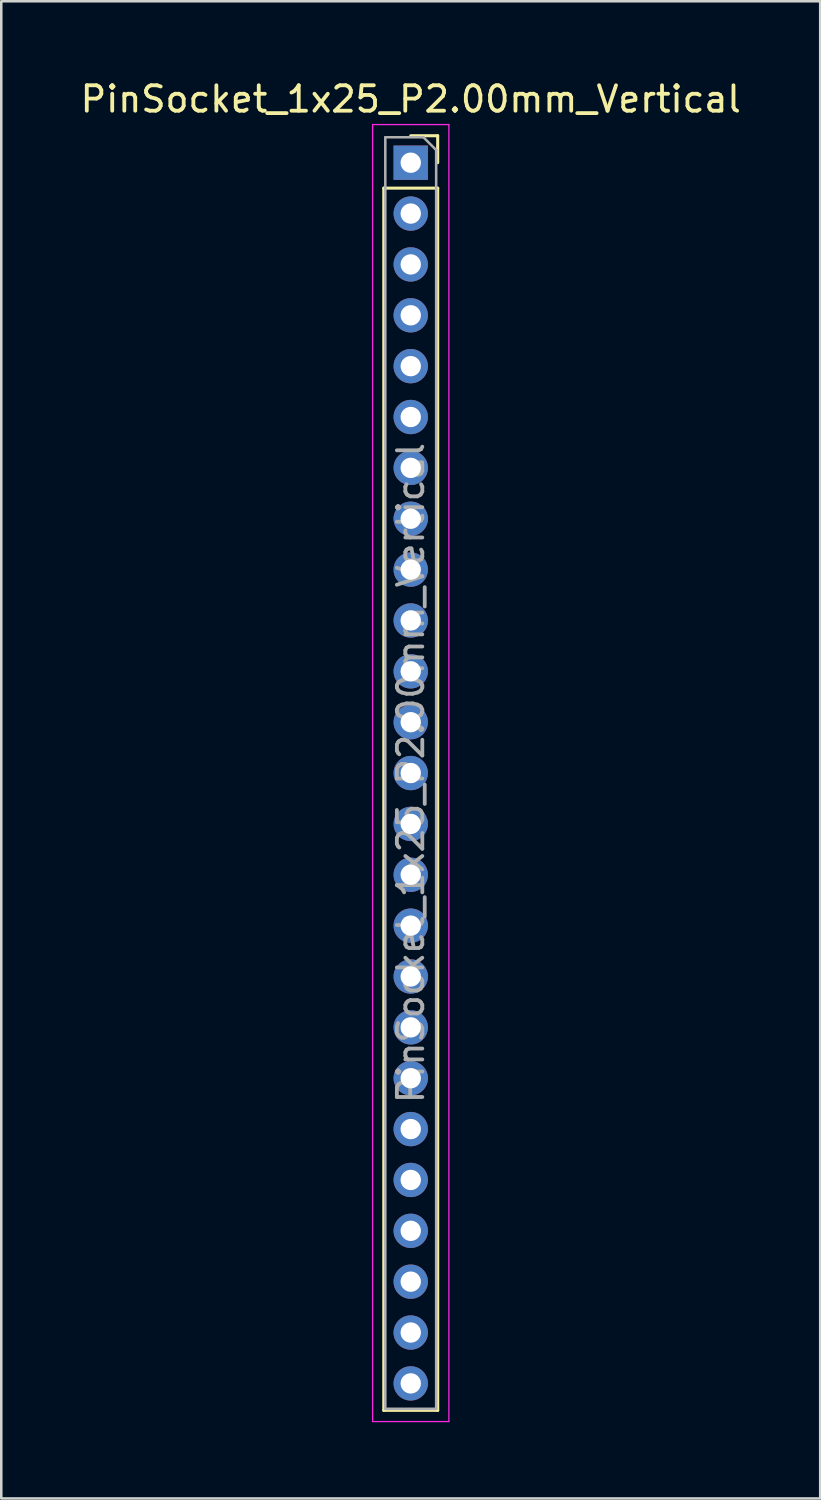
<source format=kicad_pcb>
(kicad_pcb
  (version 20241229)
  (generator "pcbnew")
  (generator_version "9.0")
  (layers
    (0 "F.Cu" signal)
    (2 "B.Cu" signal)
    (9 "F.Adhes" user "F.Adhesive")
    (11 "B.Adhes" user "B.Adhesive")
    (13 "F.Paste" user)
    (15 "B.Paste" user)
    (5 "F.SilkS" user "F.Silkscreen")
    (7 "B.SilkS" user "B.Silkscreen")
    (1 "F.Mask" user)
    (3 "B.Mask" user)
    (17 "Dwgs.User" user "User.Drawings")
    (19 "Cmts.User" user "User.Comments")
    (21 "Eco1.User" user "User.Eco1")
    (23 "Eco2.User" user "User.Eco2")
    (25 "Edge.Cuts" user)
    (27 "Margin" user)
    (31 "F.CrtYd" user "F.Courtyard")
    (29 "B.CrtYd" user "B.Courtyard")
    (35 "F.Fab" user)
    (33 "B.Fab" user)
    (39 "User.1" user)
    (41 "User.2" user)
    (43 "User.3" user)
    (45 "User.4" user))
  (footprint "PinSocket_1x25_P2.00mm_Vertical"
    (layer "F.Cu")
    (at 13.101 3.348)
    (property "Reference" "PinSocket_1x25_P2.00mm_Vertical" (at 0 -2.5 0) (layer "F.SilkS") (effects (font (size 1 1) (thickness 0.15))))
    (attr through_hole)
    (fp_line (start -1.06 1) (end -1.06 49.06) (stroke (width 0.12) (type solid)) (layer "F.SilkS"))
    (fp_line (start -1.06 1) (end 1.06 1) (stroke (width 0.12) (type solid)) (layer "F.SilkS"))
    (fp_line (start -1.06 49.06) (end 1.06 49.06) (stroke (width 0.12) (type solid)) (layer "F.SilkS"))
    (fp_line (start 0 -1.06) (end 1.06 -1.06) (stroke (width 0.12) (type solid)) (layer "F.SilkS"))
    (fp_line (start 1.06 -1.06) (end 1.06 0) (stroke (width 0.12) (type solid)) (layer "F.SilkS"))
    (fp_line (start 1.06 1) (end 1.06 49.06) (stroke (width 0.12) (type solid)) (layer "F.SilkS"))
    (fp_line (start -1.5 -1.5) (end 1.5 -1.5) (stroke (width 0.05) (type solid)) (layer "F.CrtYd"))
    (fp_line (start -1.5 49.5) (end -1.5 -1.5) (stroke (width 0.05) (type solid)) (layer "F.CrtYd"))
    (fp_line (start 1.5 -1.5) (end 1.5 49.5) (stroke (width 0.05) (type solid)) (layer "F.CrtYd"))
    (fp_line (start 1.5 49.5) (end -1.5 49.5) (stroke (width 0.05) (type solid)) (layer "F.CrtYd"))
    (fp_line (start -1 -1) (end 0.5 -1) (stroke (width 0.1) (type solid)) (layer "F.Fab"))
    (fp_line (start -1 49) (end -1 -1) (stroke (width 0.1) (type solid)) (layer "F.Fab"))
    (fp_line (start 0.5 -1) (end 1 -0.5) (stroke (width 0.1) (type solid)) (layer "F.Fab"))
    (fp_line (start 1 -0.5) (end 1 49) (stroke (width 0.1) (type solid)) (layer "F.Fab"))
    (fp_line (start 1 49) (end -1 49) (stroke (width 0.1) (type solid)) (layer "F.Fab"))
    (fp_text user "${REFERENCE}" (at 0 24 90) (layer "F.Fab") (effects (font (size 1 1) (thickness 0.15))))
    (pad "1" thru_hole rect (at 0 0) (size 1.35 1.35) (drill 0.8) (layers "*.Cu" "*.Mask"))
    (pad "2" thru_hole oval (at 0 2) (size 1.35 1.35) (drill 0.8) (layers "*.Cu" "*.Mask"))
    (pad "3" thru_hole oval (at 0 4) (size 1.35 1.35) (drill 0.8) (layers "*.Cu" "*.Mask"))
    (pad "4" thru_hole oval (at 0 6) (size 1.35 1.35) (drill 0.8) (layers "*.Cu" "*.Mask"))
    (pad "5" thru_hole oval (at 0 8) (size 1.35 1.35) (drill 0.8) (layers "*.Cu" "*.Mask"))
    (pad "6" thru_hole oval (at 0 10) (size 1.35 1.35) (drill 0.8) (layers "*.Cu" "*.Mask"))
    (pad "7" thru_hole oval (at 0 12) (size 1.35 1.35) (drill 0.8) (layers "*.Cu" "*.Mask"))
    (pad "8" thru_hole oval (at 0 14) (size 1.35 1.35) (drill 0.8) (layers "*.Cu" "*.Mask"))
    (pad "9" thru_hole oval (at 0 16) (size 1.35 1.35) (drill 0.8) (layers "*.Cu" "*.Mask"))
    (pad "10" thru_hole oval (at 0 18) (size 1.35 1.35) (drill 0.8) (layers "*.Cu" "*.Mask"))
    (pad "11" thru_hole oval (at 0 20) (size 1.35 1.35) (drill 0.8) (layers "*.Cu" "*.Mask"))
    (pad "12" thru_hole oval (at 0 22) (size 1.35 1.35) (drill 0.8) (layers "*.Cu" "*.Mask"))
    (pad "13" thru_hole oval (at 0 24) (size 1.35 1.35) (drill 0.8) (layers "*.Cu" "*.Mask"))
    (pad "14" thru_hole oval (at 0 26) (size 1.35 1.35) (drill 0.8) (layers "*.Cu" "*.Mask"))
    (pad "15" thru_hole oval (at 0 28) (size 1.35 1.35) (drill 0.8) (layers "*.Cu" "*.Mask"))
    (pad "16" thru_hole oval (at 0 30) (size 1.35 1.35) (drill 0.8) (layers "*.Cu" "*.Mask"))
    (pad "17" thru_hole oval (at 0 32) (size 1.35 1.35) (drill 0.8) (layers "*.Cu" "*.Mask"))
    (pad "18" thru_hole oval (at 0 34) (size 1.35 1.35) (drill 0.8) (layers "*.Cu" "*.Mask"))
    (pad "19" thru_hole oval (at 0 36) (size 1.35 1.35) (drill 0.8) (layers "*.Cu" "*.Mask"))
    (pad "20" thru_hole oval (at 0 38) (size 1.35 1.35) (drill 0.8) (layers "*.Cu" "*.Mask"))
    (pad "21" thru_hole oval (at 0 40) (size 1.35 1.35) (drill 0.8) (layers "*.Cu" "*.Mask"))
    (pad "22" thru_hole oval (at 0 42) (size 1.35 1.35) (drill 0.8) (layers "*.Cu" "*.Mask"))
    (pad "23" thru_hole oval (at 0 44) (size 1.35 1.35) (drill 0.8) (layers "*.Cu" "*.Mask"))
    (pad "24" thru_hole oval (at 0 46) (size 1.35 1.35) (drill 0.8) (layers "*.Cu" "*.Mask"))
    (pad "25" thru_hole oval (at 0 48) (size 1.35 1.35) (drill 0.8) (layers "*.Cu" "*.Mask")))
  (gr_rect
    (start -3 -3)
    (end 29.202 55.873)
    (stroke (width 0.1) (type default))
    (fill no)
    (layer "Edge.Cuts")))
</source>
